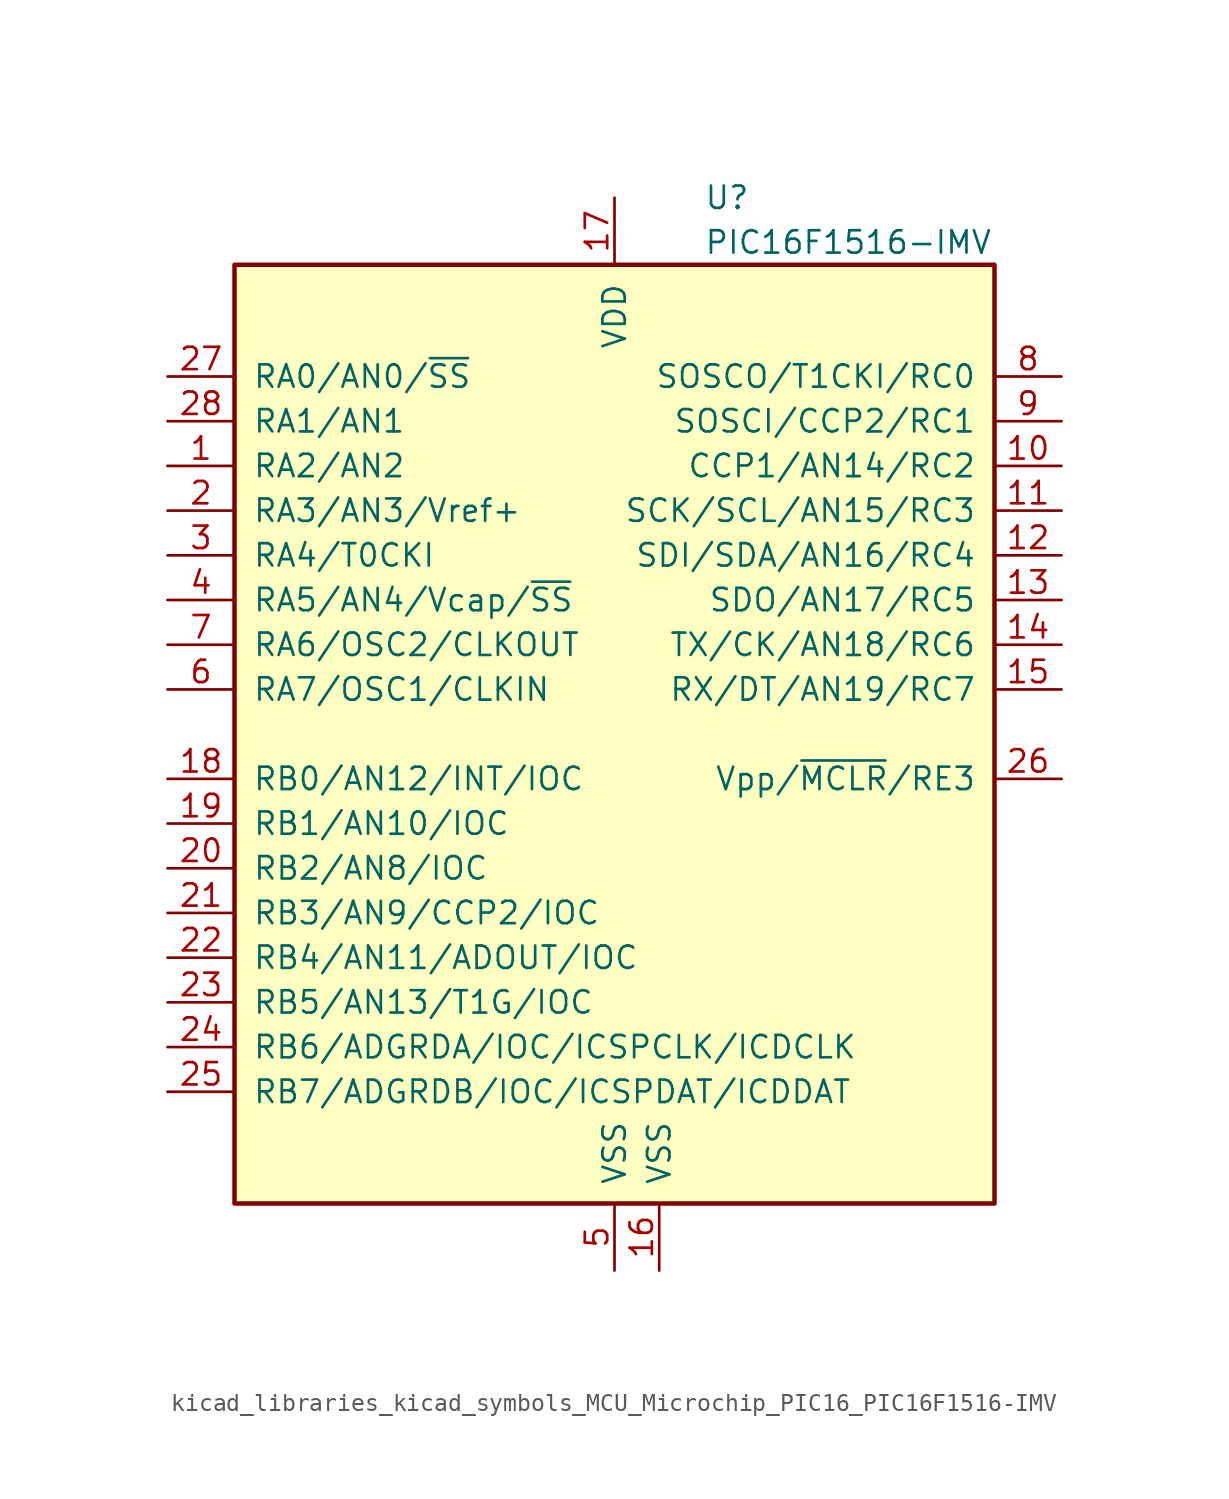
<source format=kicad_sym>
(kicad_symbol_lib
  (version 20220914)
  (generator kicad_symbol_editor)
  (symbol "kicad_libraries_kicad_symbols_MCU_Microchip_PIC16_PIC16F1516-IMV"
    (pin_names
      (offset 1.016))
    (property "Reference" "U"
      (at 5.08 30.48 0)
      (effects (font (size 1.27 1.27)) (justify left)))
    (property "Value" "PIC16F1516-IMV"
      (at 5.08 27.94 0)
      (effects (font (size 1.27 1.27)) (justify left)))
    (symbol "kicad_libraries_kicad_symbols_MCU_Microchip_PIC16_PIC16F1516-IMV_0_1"
      (rectangle (start -21.59 26.67) (end 21.59 -26.67) (stroke (width 0.254) (type default)) (fill (type background))))
    (symbol "kicad_libraries_kicad_symbols_MCU_Microchip_PIC16_PIC16F1516-IMV_1_1"
      (pin bidirectional line (at -25.4 15.24 0) (length 3.81) (name "RA2/AN2" (effects (font (size 1.27 1.27)))) (number "1" (effects (font (size 1.27 1.27)))))
      (pin bidirectional line (at 25.4 15.24 180) (length 3.81) (name "CCP1/AN14/RC2" (effects (font (size 1.27 1.27)))) (number "10" (effects (font (size 1.27 1.27)))))
      (pin bidirectional line (at 25.4 12.7 180) (length 3.81) (name "SCK/SCL/AN15/RC3" (effects (font (size 1.27 1.27)))) (number "11" (effects (font (size 1.27 1.27)))))
      (pin bidirectional line (at 25.4 10.16 180) (length 3.81) (name "SDI/SDA/AN16/RC4" (effects (font (size 1.27 1.27)))) (number "12" (effects (font (size 1.27 1.27)))))
      (pin bidirectional line (at 25.4 7.62 180) (length 3.81) (name "SDO/AN17/RC5" (effects (font (size 1.27 1.27)))) (number "13" (effects (font (size 1.27 1.27)))))
      (pin bidirectional line (at 25.4 5.08 180) (length 3.81) (name "TX/CK/AN18/RC6" (effects (font (size 1.27 1.27)))) (number "14" (effects (font (size 1.27 1.27)))))
      (pin bidirectional line (at 25.4 2.54 180) (length 3.81) (name "RX/DT/AN19/RC7" (effects (font (size 1.27 1.27)))) (number "15" (effects (font (size 1.27 1.27)))))
      (pin power_in line (at 2.54 -30.48 90) (length 3.81) (name "VSS" (effects (font (size 1.27 1.27)))) (number "16" (effects (font (size 1.27 1.27)))))
      (pin power_in line (at 0 30.48 270) (length 3.81) (name "VDD" (effects (font (size 1.27 1.27)))) (number "17" (effects (font (size 1.27 1.27)))))
      (pin bidirectional line (at -25.4 -2.54 0) (length 3.81) (name "RB0/AN12/INT/IOC" (effects (font (size 1.27 1.27)))) (number "18" (effects (font (size 1.27 1.27)))))
      (pin bidirectional line (at -25.4 -5.08 0) (length 3.81) (name "RB1/AN10/IOC" (effects (font (size 1.27 1.27)))) (number "19" (effects (font (size 1.27 1.27)))))
      (pin bidirectional line (at -25.4 12.7 0) (length 3.81) (name "RA3/AN3/Vref+" (effects (font (size 1.27 1.27)))) (number "2" (effects (font (size 1.27 1.27)))))
      (pin bidirectional line (at -25.4 -7.62 0) (length 3.81) (name "RB2/AN8/IOC" (effects (font (size 1.27 1.27)))) (number "20" (effects (font (size 1.27 1.27)))))
      (pin bidirectional line (at -25.4 -10.16 0) (length 3.81) (name "RB3/AN9/CCP2/IOC" (effects (font (size 1.27 1.27)))) (number "21" (effects (font (size 1.27 1.27)))))
      (pin bidirectional line (at -25.4 -12.7 0) (length 3.81) (name "RB4/AN11/ADOUT/IOC" (effects (font (size 1.27 1.27)))) (number "22" (effects (font (size 1.27 1.27)))))
      (pin bidirectional line (at -25.4 -15.24 0) (length 3.81) (name "RB5/AN13/T1G/IOC" (effects (font (size 1.27 1.27)))) (number "23" (effects (font (size 1.27 1.27)))))
      (pin bidirectional line (at -25.4 -17.78 0) (length 3.81) (name "RB6/ADGRDA/IOC/ICSPCLK/ICDCLK" (effects (font (size 1.27 1.27)))) (number "24" (effects (font (size 1.27 1.27)))))
      (pin bidirectional line (at -25.4 -20.32 0) (length 3.81) (name "RB7/ADGRDB/IOC/ICSPDAT/ICDDAT" (effects (font (size 1.27 1.27)))) (number "25" (effects (font (size 1.27 1.27)))))
      (pin input line (at 25.4 -2.54 180) (length 3.81) (name "Vpp/~{MCLR}/RE3" (effects (font (size 1.27 1.27)))) (number "26" (effects (font (size 1.27 1.27)))))
      (pin bidirectional line (at -25.4 20.32 0) (length 3.81) (name "RA0/AN0/~{SS}" (effects (font (size 1.27 1.27)))) (number "27" (effects (font (size 1.27 1.27)))))
      (pin bidirectional line (at -25.4 17.78 0) (length 3.81) (name "RA1/AN1" (effects (font (size 1.27 1.27)))) (number "28" (effects (font (size 1.27 1.27)))))
      (pin bidirectional line (at -25.4 10.16 0) (length 3.81) (name "RA4/T0CKI" (effects (font (size 1.27 1.27)))) (number "3" (effects (font (size 1.27 1.27)))))
      (pin bidirectional line (at -25.4 7.62 0) (length 3.81) (name "RA5/AN4/Vcap/~{SS}" (effects (font (size 1.27 1.27)))) (number "4" (effects (font (size 1.27 1.27)))))
      (pin power_in line (at 0 -30.48 90) (length 3.81) (name "VSS" (effects (font (size 1.27 1.27)))) (number "5" (effects (font (size 1.27 1.27)))))
      (pin bidirectional line (at -25.4 2.54 0) (length 3.81) (name "RA7/OSC1/CLKIN" (effects (font (size 1.27 1.27)))) (number "6" (effects (font (size 1.27 1.27)))))
      (pin bidirectional line (at -25.4 5.08 0) (length 3.81) (name "RA6/OSC2/CLKOUT" (effects (font (size 1.27 1.27)))) (number "7" (effects (font (size 1.27 1.27)))))
      (pin bidirectional line (at 25.4 20.32 180) (length 3.81) (name "SOSCO/T1CKI/RC0" (effects (font (size 1.27 1.27)))) (number "8" (effects (font (size 1.27 1.27)))))
      (pin bidirectional line (at 25.4 17.78 180) (length 3.81) (name "SOSCI/CCP2/RC1" (effects (font (size 1.27 1.27)))) (number "9" (effects (font (size 1.27 1.27))))))))
</source>
